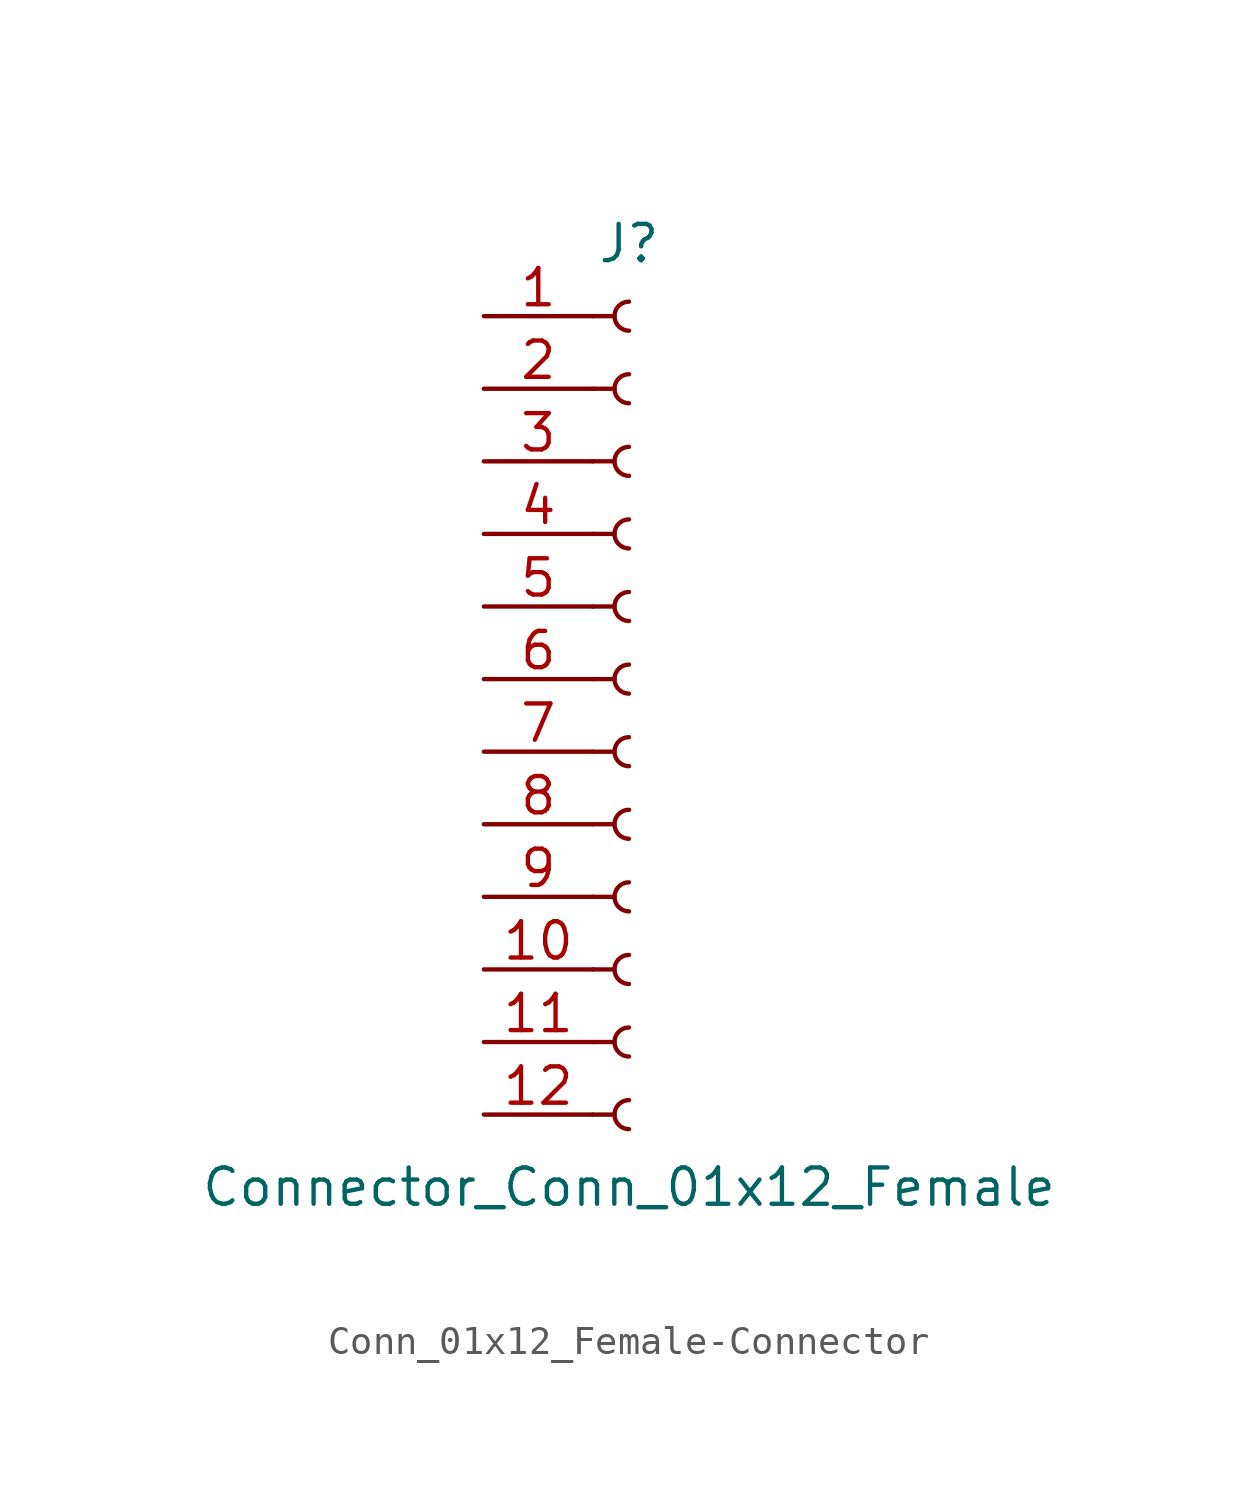
<source format=kicad_sym>
(kicad_symbol_lib
  (version 20231120)
  (generator "kicad_symbol_editor")
  (generator_version "8.0")
  (symbol "Conn_01x12_Female-Connector"
    (pin_names
      (offset 1.016) hide)
    (property "Reference" "J"
      (at 0 15.24 0)
      (effects (font (size 1.27 1.27))))
    (property "Value" "Connector_Conn_01x12_Female"
      (at 0 -17.78 0)
      (effects (font (size 1.27 1.27))))
    (symbol "Conn_01x12_Female-Connector_1_1"
      (arc (start 0 -14.732) (mid -0.508 -15.24) (end 0 -15.748) (stroke (width 0.1524) (type solid)) (fill (type none)))
      (arc (start 0 -12.192) (mid -0.508 -12.7) (end 0 -13.208) (stroke (width 0.1524) (type solid)) (fill (type none)))
      (arc (start 0 -9.652) (mid -0.508 -10.16) (end 0 -10.668) (stroke (width 0.1524) (type solid)) (fill (type none)))
      (arc (start 0 -7.112) (mid -0.508 -7.62) (end 0 -8.128) (stroke (width 0.1524) (type solid)) (fill (type none)))
      (arc (start 0 -4.572) (mid -0.508 -5.08) (end 0 -5.588) (stroke (width 0.1524) (type solid)) (fill (type none)))
      (arc (start 0 -2.032) (mid -0.508 -2.54) (end 0 -3.048) (stroke (width 0.1524) (type solid)) (fill (type none)))
      (polyline (pts (xy -1.27 -15.24) (xy -0.508 -15.24)) (stroke (width 0.152) (type solid)) (fill (type none)))
      (polyline (pts (xy -1.27 -12.7) (xy -0.508 -12.7)) (stroke (width 0.152) (type solid)) (fill (type none)))
      (polyline (pts (xy -1.27 -10.16) (xy -0.508 -10.16)) (stroke (width 0.152) (type solid)) (fill (type none)))
      (polyline (pts (xy -1.27 -7.62) (xy -0.508 -7.62)) (stroke (width 0.152) (type solid)) (fill (type none)))
      (polyline (pts (xy -1.27 -5.08) (xy -0.508 -5.08)) (stroke (width 0.152) (type solid)) (fill (type none)))
      (polyline (pts (xy -1.27 -2.54) (xy -0.508 -2.54)) (stroke (width 0.152) (type solid)) (fill (type none)))
      (polyline (pts (xy -1.27 0) (xy -0.508 0)) (stroke (width 0.152) (type solid)) (fill (type none)))
      (polyline (pts (xy -1.27 2.54) (xy -0.508 2.54)) (stroke (width 0.152) (type solid)) (fill (type none)))
      (polyline (pts (xy -1.27 5.08) (xy -0.508 5.08)) (stroke (width 0.152) (type solid)) (fill (type none)))
      (polyline (pts (xy -1.27 7.62) (xy -0.508 7.62)) (stroke (width 0.152) (type solid)) (fill (type none)))
      (polyline (pts (xy -1.27 10.16) (xy -0.508 10.16)) (stroke (width 0.152) (type solid)) (fill (type none)))
      (polyline (pts (xy -1.27 12.7) (xy -0.508 12.7)) (stroke (width 0.152) (type solid)) (fill (type none)))
      (arc (start 0 0.508) (mid -0.508 0) (end 0 -0.508) (stroke (width 0.1524) (type solid)) (fill (type none)))
      (arc (start 0 3.048) (mid -0.508 2.54) (end 0 2.032) (stroke (width 0.1524) (type solid)) (fill (type none)))
      (arc (start 0 5.588) (mid -0.508 5.08) (end 0 4.572) (stroke (width 0.1524) (type solid)) (fill (type none)))
      (arc (start 0 8.128) (mid -0.508 7.62) (end 0 7.112) (stroke (width 0.1524) (type solid)) (fill (type none)))
      (arc (start 0 10.668) (mid -0.508 10.16) (end 0 9.652) (stroke (width 0.1524) (type solid)) (fill (type none)))
      (arc (start 0 13.208) (mid -0.508 12.7) (end 0 12.192) (stroke (width 0.1524) (type solid)) (fill (type none)))
      (pin passive line (at -5.08 12.7 0) (length 3.81) (name "Pin_1" (effects (font (size 1.27 1.27)))) (number "1" (effects (font (size 1.27 1.27)))))
      (pin passive line (at -5.08 -10.16 0) (length 3.81) (name "Pin_10" (effects (font (size 1.27 1.27)))) (number "10" (effects (font (size 1.27 1.27)))))
      (pin passive line (at -5.08 -12.7 0) (length 3.81) (name "Pin_11" (effects (font (size 1.27 1.27)))) (number "11" (effects (font (size 1.27 1.27)))))
      (pin passive line (at -5.08 -15.24 0) (length 3.81) (name "Pin_12" (effects (font (size 1.27 1.27)))) (number "12" (effects (font (size 1.27 1.27)))))
      (pin passive line (at -5.08 10.16 0) (length 3.81) (name "Pin_2" (effects (font (size 1.27 1.27)))) (number "2" (effects (font (size 1.27 1.27)))))
      (pin passive line (at -5.08 7.62 0) (length 3.81) (name "Pin_3" (effects (font (size 1.27 1.27)))) (number "3" (effects (font (size 1.27 1.27)))))
      (pin passive line (at -5.08 5.08 0) (length 3.81) (name "Pin_4" (effects (font (size 1.27 1.27)))) (number "4" (effects (font (size 1.27 1.27)))))
      (pin passive line (at -5.08 2.54 0) (length 3.81) (name "Pin_5" (effects (font (size 1.27 1.27)))) (number "5" (effects (font (size 1.27 1.27)))))
      (pin passive line (at -5.08 0 0) (length 3.81) (name "Pin_6" (effects (font (size 1.27 1.27)))) (number "6" (effects (font (size 1.27 1.27)))))
      (pin passive line (at -5.08 -2.54 0) (length 3.81) (name "Pin_7" (effects (font (size 1.27 1.27)))) (number "7" (effects (font (size 1.27 1.27)))))
      (pin passive line (at -5.08 -5.08 0) (length 3.81) (name "Pin_8" (effects (font (size 1.27 1.27)))) (number "8" (effects (font (size 1.27 1.27)))))
      (pin passive line (at -5.08 -7.62 0) (length 3.81) (name "Pin_9" (effects (font (size 1.27 1.27)))) (number "9" (effects (font (size 1.27 1.27))))))))
</source>
